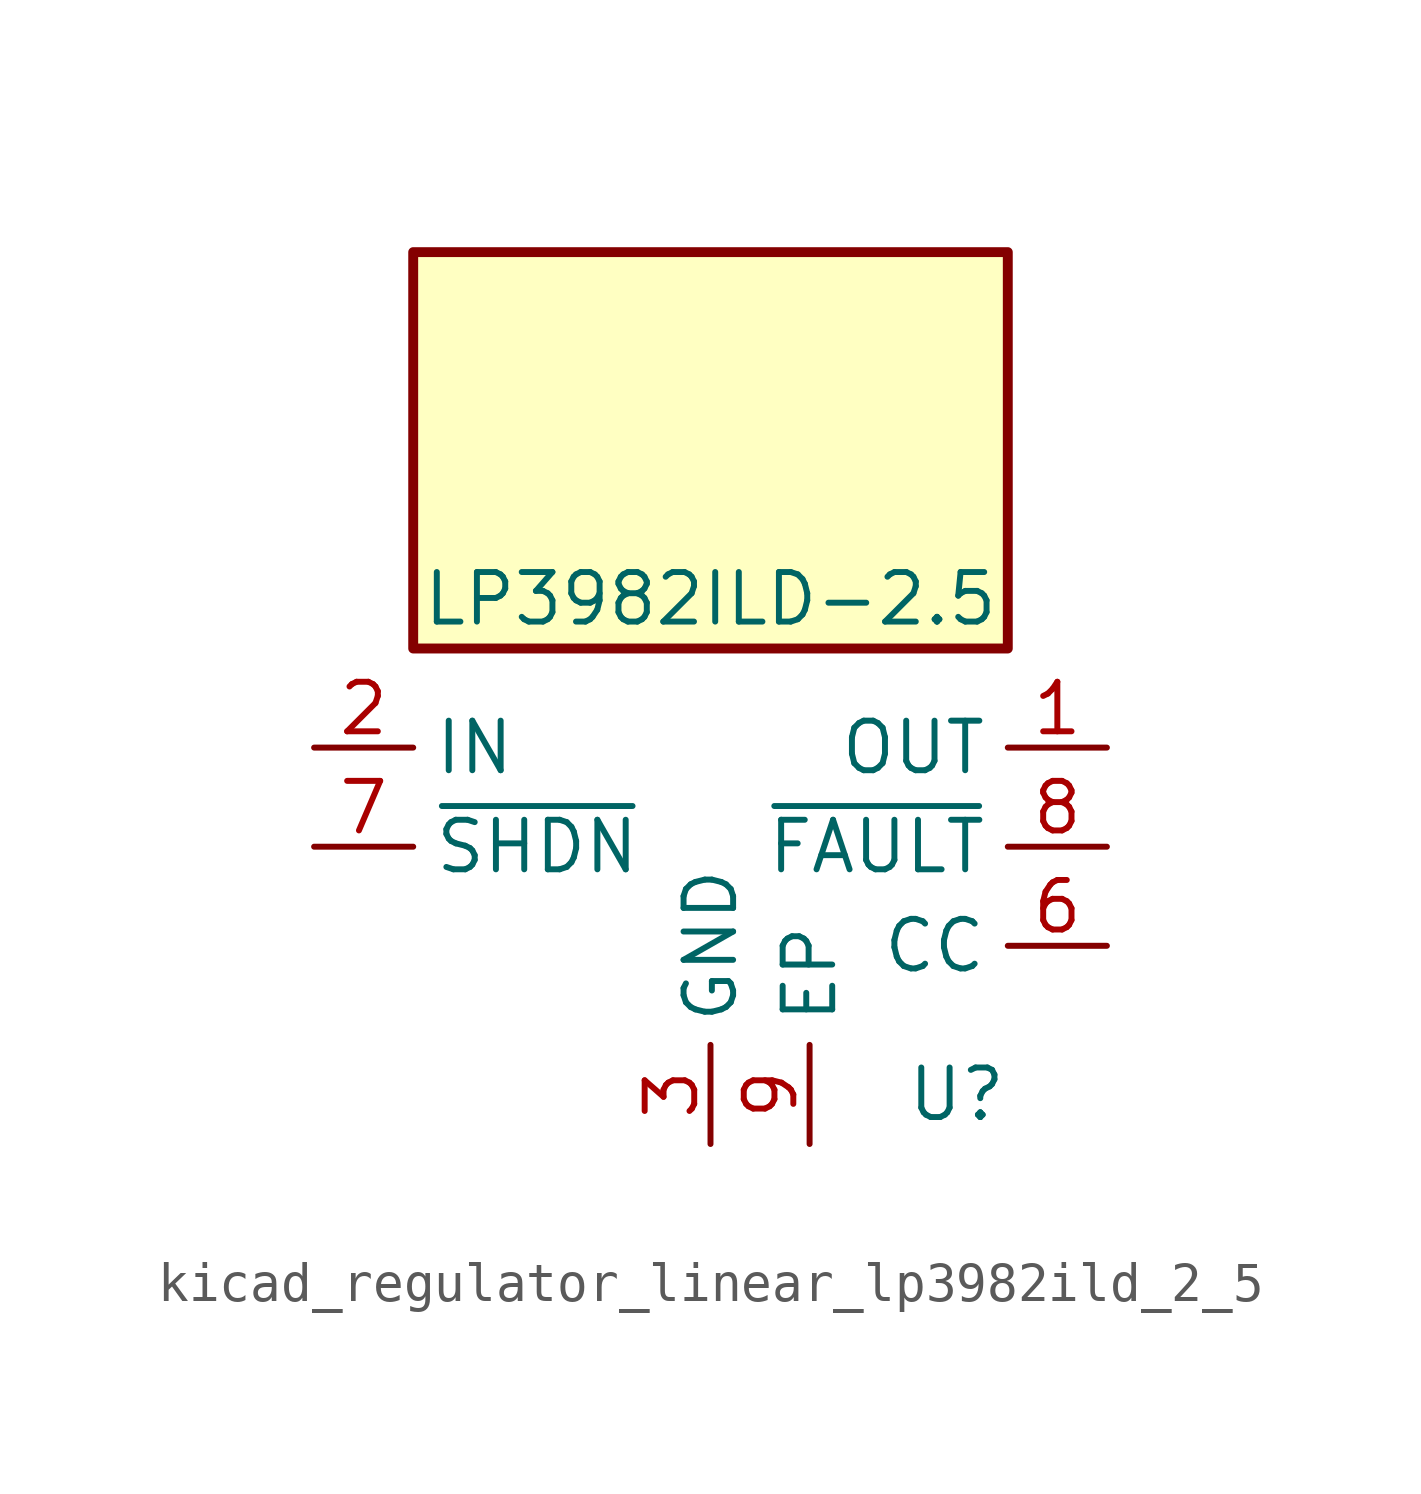
<source format=kicad_sym>
(kicad_symbol_lib
  (version 20220914)
  (generator kicad_symbol_editor)
  (symbol "kicad_regulator_linear_lp3982ild_2_5"
    (property "Reference" "U"
      (at 7.62 -6.35 0)
      (effects (font (size 1.27 1.27)) (justify right)))
    (property "Value" "LP3982ILD-2.5"
      (at 0 6.35 0)
      (effects (font (size 1.27 1.27))))
    (symbol "kicad_regulator_linear_lp3982ild_2_5_0_1"
      (rectangle (start 7.62 15.24) (end -7.62 5.08) (stroke (width 0.254) (type default)) (fill (type background))))
    (symbol "kicad_regulator_linear_lp3982ild_2_5_1_1"
      (pin power_out line (at 10.16 2.54 180) (length 2.54) (name "OUT" (effects (font (size 1.27 1.27)))) (number "1" (effects (font (size 1.27 1.27)))))
      (pin power_in line (at -10.16 2.54 0) (length 2.54) (name "IN" (effects (font (size 1.27 1.27)))) (number "2" (effects (font (size 1.27 1.27)))))
      (pin power_in line (at 0 -7.62 90) (length 2.54) (name "GND" (effects (font (size 1.27 1.27)))) (number "3" (effects (font (size 1.27 1.27)))))
      (pin passive line (at 10.16 2.54 180) (length 2.54) hide (name "OUT" (effects (font (size 1.27 1.27)))) (number "4" (effects (font (size 1.27 1.27)))))
      (pin no_connect line (at -7.62 -2.54 0) (length 2.54) hide (name "NC" (effects (font (size 1.27 1.27)))) (number "5" (effects (font (size 1.27 1.27)))))
      (pin passive line (at 10.16 -2.54 180) (length 2.54) (name "CC" (effects (font (size 1.27 1.27)))) (number "6" (effects (font (size 1.27 1.27)))))
      (pin input line (at -10.16 0 0) (length 2.54) (name "~{SHDN}" (effects (font (size 1.27 1.27)))) (number "7" (effects (font (size 1.27 1.27)))))
      (pin open_collector line (at 10.16 0 180) (length 2.54) (name "~{FAULT}" (effects (font (size 1.27 1.27)))) (number "8" (effects (font (size 1.27 1.27)))))
      (pin passive line (at 2.54 -7.62 90) (length 2.54) (name "EP" (effects (font (size 1.27 1.27)))) (number "9" (effects (font (size 1.27 1.27))))))))
</source>
